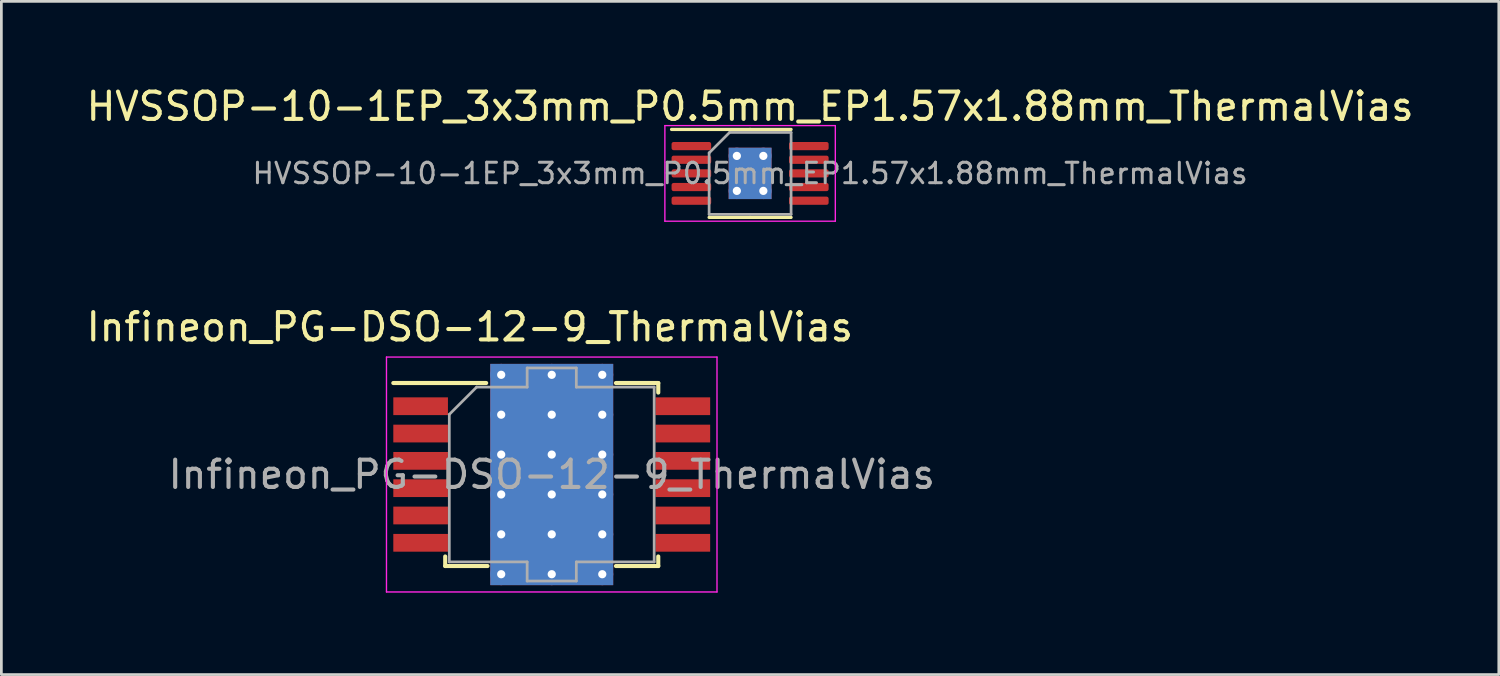
<source format=kicad_pcb>
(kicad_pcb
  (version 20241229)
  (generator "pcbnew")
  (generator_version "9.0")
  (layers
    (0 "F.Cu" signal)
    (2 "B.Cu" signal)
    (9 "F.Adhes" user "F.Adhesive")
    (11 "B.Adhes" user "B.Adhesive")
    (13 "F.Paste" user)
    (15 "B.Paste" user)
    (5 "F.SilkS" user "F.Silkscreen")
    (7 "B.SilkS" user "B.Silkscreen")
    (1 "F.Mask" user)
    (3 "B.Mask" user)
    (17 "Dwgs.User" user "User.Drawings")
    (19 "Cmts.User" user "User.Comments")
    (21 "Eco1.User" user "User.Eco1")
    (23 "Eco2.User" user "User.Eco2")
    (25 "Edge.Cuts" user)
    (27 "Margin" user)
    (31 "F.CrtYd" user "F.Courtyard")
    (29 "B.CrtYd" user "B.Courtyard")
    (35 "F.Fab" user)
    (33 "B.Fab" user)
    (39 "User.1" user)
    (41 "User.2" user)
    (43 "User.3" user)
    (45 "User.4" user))
  (footprint "HVSSOP-10-1EP_3x3mm_P0.5mm_EP1.57x1.88mm_ThermalVias"
    (layer "F.Cu")
    (at 24.411 3.298)
    (property "Reference" "HVSSOP-10-1EP_3x3mm_P0.5mm_EP1.57x1.88mm_ThermalVias" (at 0 -2.45 0) (layer "F.SilkS") (effects (font (size 1 1) (thickness 0.15))))
    (attr smd)
    (fp_line (start 0 -1.61) (end -2.875 -1.61) (stroke (width 0.12) (type solid)) (layer "F.SilkS"))
    (fp_line (start 0 -1.61) (end 1.5 -1.61) (stroke (width 0.12) (type solid)) (layer "F.SilkS"))
    (fp_line (start 0 1.61) (end -1.5 1.61) (stroke (width 0.12) (type solid)) (layer "F.SilkS"))
    (fp_line (start 0 1.61) (end 1.5 1.61) (stroke (width 0.12) (type solid)) (layer "F.SilkS"))
    (fp_line (start -3.12 -1.75) (end -3.12 1.75) (stroke (width 0.05) (type solid)) (layer "F.CrtYd"))
    (fp_line (start -3.12 1.75) (end 3.12 1.75) (stroke (width 0.05) (type solid)) (layer "F.CrtYd"))
    (fp_line (start 3.12 -1.75) (end -3.12 -1.75) (stroke (width 0.05) (type solid)) (layer "F.CrtYd"))
    (fp_line (start 3.12 1.75) (end 3.12 -1.75) (stroke (width 0.05) (type solid)) (layer "F.CrtYd"))
    (fp_line (start -1.5 -0.75) (end -0.75 -1.5) (stroke (width 0.1) (type solid)) (layer "F.Fab"))
    (fp_line (start -1.5 1.5) (end -1.5 -0.75) (stroke (width 0.1) (type solid)) (layer "F.Fab"))
    (fp_line (start -0.75 -1.5) (end 1.5 -1.5) (stroke (width 0.1) (type solid)) (layer "F.Fab"))
    (fp_line (start 1.5 -1.5) (end 1.5 1.5) (stroke (width 0.1) (type solid)) (layer "F.Fab"))
    (fp_line (start 1.5 1.5) (end -1.5 1.5) (stroke (width 0.1) (type solid)) (layer "F.Fab"))
    (fp_text user "${REFERENCE}" (at 0 0 0) (layer "F.Fab") (effects (font (size 0.75 0.75) (thickness 0.11))))
    (pad "" smd roundrect (at -0.39 -0.47) (size 0.63 0.76) (layers "F.Paste") (roundrect_rratio 0.25))
    (pad "" smd roundrect (at -0.39 0.47) (size 0.63 0.76) (layers "F.Paste") (roundrect_rratio 0.25))
    (pad "" smd roundrect (at 0.39 -0.47) (size 0.63 0.76) (layers "F.Paste") (roundrect_rratio 0.25))
    (pad "" smd roundrect (at 0.39 0.47) (size 0.63 0.76) (layers "F.Paste") (roundrect_rratio 0.25))
    (pad "1" smd roundrect (at -2.15 -1) (size 1.45 0.3) (layers "F.Cu" "F.Mask" "F.Paste") (roundrect_rratio 0.25))
    (pad "2" smd roundrect (at -2.15 -0.5) (size 1.45 0.3) (layers "F.Cu" "F.Mask" "F.Paste") (roundrect_rratio 0.25))
    (pad "3" smd roundrect (at -2.15 0) (size 1.45 0.3) (layers "F.Cu" "F.Mask" "F.Paste") (roundrect_rratio 0.25))
    (pad "4" smd roundrect (at -2.15 0.5) (size 1.45 0.3) (layers "F.Cu" "F.Mask" "F.Paste") (roundrect_rratio 0.25))
    (pad "5" smd roundrect (at -2.15 1) (size 1.45 0.3) (layers "F.Cu" "F.Mask" "F.Paste") (roundrect_rratio 0.25))
    (pad "6" smd roundrect (at 2.15 1) (size 1.45 0.3) (layers "F.Cu" "F.Mask" "F.Paste") (roundrect_rratio 0.25))
    (pad "7" smd roundrect (at 2.15 0.5) (size 1.45 0.3) (layers "F.Cu" "F.Mask" "F.Paste") (roundrect_rratio 0.25))
    (pad "8" smd roundrect (at 2.15 0) (size 1.45 0.3) (layers "F.Cu" "F.Mask" "F.Paste") (roundrect_rratio 0.25))
    (pad "9" smd roundrect (at 2.15 -0.5) (size 1.45 0.3) (layers "F.Cu" "F.Mask" "F.Paste") (roundrect_rratio 0.25))
    (pad "10" smd roundrect (at 2.15 -1) (size 1.45 0.3) (layers "F.Cu" "F.Mask" "F.Paste") (roundrect_rratio 0.25))
    (pad "11" thru_hole circle (at -0.485 -0.64) (size 0.6 0.6) (drill 0.3) (layers "*.Cu"))
    (pad "11" thru_hole circle (at -0.485 0.64) (size 0.6 0.6) (drill 0.3) (layers "*.Cu"))
    (pad "11" smd rect (at 0 0) (size 1.57 1.88) (layers "F.Cu" "F.Mask"))
    (pad "11" smd rect (at 0 0) (size 1.57 1.88) (layers "B.Cu"))
    (pad "11" thru_hole circle (at 0.485 -0.64) (size 0.6 0.6) (drill 0.3) (layers "*.Cu"))
    (pad "11" thru_hole circle (at 0.485 0.64) (size 0.6 0.6) (drill 0.3) (layers "*.Cu")))
  (footprint "Infineon_PG-DSO-12-9_ThermalVias"
    (layer "F.Cu")
    (at 17.149 14.322)
    (property "Reference" "Infineon_PG-DSO-12-9_ThermalVias" (at -3 -5.4 0) (layer "F.SilkS") (effects (font (size 1 1) (thickness 0.15))))
    (attr smd)
    (fp_line (start -5.8 -3.35) (end -2.4 -3.35) (stroke (width 0.15) (type solid)) (layer "F.SilkS"))
    (fp_line (start -3.9 3) (end -3.9 3.35) (stroke (width 0.15) (type solid)) (layer "F.SilkS"))
    (fp_line (start -3.9 3.35) (end -2.35 3.35) (stroke (width 0.15) (type solid)) (layer "F.SilkS"))
    (fp_line (start 3.9 -3.35) (end 2.35 -3.35) (stroke (width 0.15) (type solid)) (layer "F.SilkS"))
    (fp_line (start 3.9 -3) (end 3.9 -3.35) (stroke (width 0.15) (type solid)) (layer "F.SilkS"))
    (fp_line (start 3.9 3) (end 3.9 3.35) (stroke (width 0.15) (type solid)) (layer "F.SilkS"))
    (fp_line (start 3.9 3.35) (end 2.35 3.35) (stroke (width 0.15) (type solid)) (layer "F.SilkS"))
    (fp_line (start -6.05 -4.3) (end 6.05 -4.3) (stroke (width 0.05) (type solid)) (layer "F.CrtYd"))
    (fp_line (start -6.05 4.3) (end -6.05 -4.3) (stroke (width 0.05) (type solid)) (layer "F.CrtYd"))
    (fp_line (start 6.05 -4.3) (end 6.05 4.3) (stroke (width 0.05) (type solid)) (layer "F.CrtYd"))
    (fp_line (start 6.05 4.3) (end -6.05 4.3) (stroke (width 0.05) (type solid)) (layer "F.CrtYd"))
    (fp_line (start -3.75 3.2) (end -3.75 -2.2) (stroke (width 0.1) (type solid)) (layer "F.Fab"))
    (fp_line (start -2.75 -3.2) (end -3.75 -2.2) (stroke (width 0.1) (type solid)) (layer "F.Fab"))
    (fp_line (start -2.75 -3.2) (end -0.9 -3.2) (stroke (width 0.1) (type solid)) (layer "F.Fab"))
    (fp_line (start -0.9 -3.9) (end 0.9 -3.9) (stroke (width 0.1) (type solid)) (layer "F.Fab"))
    (fp_line (start -0.9 -3.2) (end -0.9 -3.9) (stroke (width 0.1) (type solid)) (layer "F.Fab"))
    (fp_line (start -0.9 3.2) (end -3.75 3.2) (stroke (width 0.1) (type solid)) (layer "F.Fab"))
    (fp_line (start -0.9 3.9) (end -0.9 3.2) (stroke (width 0.1) (type solid)) (layer "F.Fab"))
    (fp_line (start 0.9 -3.9) (end 0.9 -3.2) (stroke (width 0.1) (type solid)) (layer "F.Fab"))
    (fp_line (start 0.9 -3.2) (end 3.75 -3.2) (stroke (width 0.1) (type solid)) (layer "F.Fab"))
    (fp_line (start 0.9 3.2) (end 0.9 3.9) (stroke (width 0.1) (type solid)) (layer "F.Fab"))
    (fp_line (start 0.9 3.9) (end -0.9 3.9) (stroke (width 0.1) (type solid)) (layer "F.Fab"))
    (fp_line (start 3.75 -3.2) (end 3.75 3.2) (stroke (width 0.1) (type solid)) (layer "F.Fab"))
    (fp_line (start 3.75 3.2) (end 0.9 3.2) (stroke (width 0.1) (type solid)) (layer "F.Fab"))
    (fp_text user "${REFERENCE}" (at 0 0 0) (layer "F.Fab") (effects (font (size 1 1) (thickness 0.15))))
    (pad "" smd rect (at -0.925 -2.92) (size 1.55 1.16) (layers "F.Paste"))
    (pad "" smd rect (at -0.925 -1.46) (size 1.55 1.16) (layers "F.Paste"))
    (pad "" smd rect (at -0.925 0) (size 1.55 1.16) (layers "F.Paste"))
    (pad "" smd rect (at -0.925 1.46) (size 1.55 1.16) (layers "F.Paste"))
    (pad "" smd rect (at -0.925 2.92) (size 1.55 1.16) (layers "F.Paste"))
    (pad "" smd rect (at 0.925 -2.92) (size 1.55 1.16) (layers "F.Paste"))
    (pad "" smd rect (at 0.925 -1.46) (size 1.55 1.16) (layers "F.Paste"))
    (pad "" smd rect (at 0.925 0) (size 1.55 1.16) (layers "F.Paste"))
    (pad "" smd rect (at 0.925 1.46) (size 1.55 1.16) (layers "F.Paste"))
    (pad "" smd rect (at 0.925 2.92) (size 1.55 1.16) (layers "F.Paste"))
    (pad "1" smd rect (at -4.8 -2.5) (size 2 0.65) (layers "F.Cu" "F.Mask" "F.Paste"))
    (pad "2" smd rect (at -4.8 -1.5) (size 2 0.65) (layers "F.Cu" "F.Mask" "F.Paste"))
    (pad "3" smd rect (at -4.8 -0.5) (size 2 0.65) (layers "F.Cu" "F.Mask" "F.Paste"))
    (pad "4" smd rect (at -4.8 0.5) (size 2 0.65) (layers "F.Cu" "F.Mask" "F.Paste"))
    (pad "5" smd rect (at -4.8 1.5) (size 2 0.65) (layers "F.Cu" "F.Mask" "F.Paste"))
    (pad "6" smd rect (at -4.8 2.5) (size 2 0.65) (layers "F.Cu" "F.Mask" "F.Paste"))
    (pad "7" smd rect (at 4.8 2.5) (size 2 0.65) (layers "F.Cu" "F.Mask" "F.Paste"))
    (pad "8" smd rect (at 4.8 1.5) (size 2 0.65) (layers "F.Cu" "F.Mask" "F.Paste"))
    (pad "9" smd rect (at 4.8 0.5) (size 2 0.65) (layers "F.Cu" "F.Mask" "F.Paste"))
    (pad "10" smd rect (at 4.8 -0.5) (size 2 0.65) (layers "F.Cu" "F.Mask" "F.Paste"))
    (pad "11" smd rect (at 4.8 -1.5) (size 2 0.65) (layers "F.Cu" "F.Mask" "F.Paste"))
    (pad "12" smd rect (at 4.8 -2.5) (size 2 0.65) (layers "F.Cu" "F.Mask" "F.Paste"))
    (pad "13" thru_hole circle (at -1.85 -3.65) (size 0.8 0.8) (drill 0.3) (layers "*.Cu"))
    (pad "13" thru_hole circle (at -1.85 -2.19) (size 0.8 0.8) (drill 0.3) (layers "*.Cu"))
    (pad "13" thru_hole circle (at -1.85 -0.73) (size 0.8 0.8) (drill 0.3) (layers "*.Cu"))
    (pad "13" thru_hole circle (at -1.85 0.73) (size 0.8 0.8) (drill 0.3) (layers "*.Cu"))
    (pad "13" thru_hole circle (at -1.85 2.19) (size 0.8 0.8) (drill 0.3) (layers "*.Cu"))
    (pad "13" thru_hole circle (at -1.85 3.65) (size 0.8 0.8) (drill 0.3) (layers "*.Cu"))
    (pad "13" thru_hole circle (at 0 -3.65) (size 0.8 0.8) (drill 0.3) (layers "*.Cu"))
    (pad "13" thru_hole circle (at 0 -2.19) (size 0.8 0.8) (drill 0.3) (layers "*.Cu"))
    (pad "13" thru_hole circle (at 0 -0.73) (size 0.8 0.8) (drill 0.3) (layers "*.Cu"))
    (pad "13" smd rect (at 0 0) (size 4.5 8.1) (layers "F.Cu" "F.Mask"))
    (pad "13" smd rect (at 0 0) (size 4.5 8.1) (layers "B.Cu"))
    (pad "13" thru_hole circle (at 0 0.73) (size 0.8 0.8) (drill 0.3) (layers "*.Cu"))
    (pad "13" thru_hole circle (at 0 2.19) (size 0.8 0.8) (drill 0.3) (layers "*.Cu"))
    (pad "13" thru_hole circle (at 0 3.65) (size 0.8 0.8) (drill 0.3) (layers "*.Cu"))
    (pad "13" thru_hole circle (at 1.85 -3.65) (size 0.8 0.8) (drill 0.3) (layers "*.Cu"))
    (pad "13" thru_hole circle (at 1.85 -2.19) (size 0.8 0.8) (drill 0.3) (layers "*.Cu"))
    (pad "13" thru_hole circle (at 1.85 -0.73) (size 0.8 0.8) (drill 0.3) (layers "*.Cu"))
    (pad "13" thru_hole circle (at 1.85 0.73) (size 0.8 0.8) (drill 0.3) (layers "*.Cu"))
    (pad "13" thru_hole circle (at 1.85 2.19) (size 0.8 0.8) (drill 0.3) (layers "*.Cu"))
    (pad "13" thru_hole circle (at 1.85 3.65) (size 0.8 0.8) (drill 0.3) (layers "*.Cu")))
  (gr_rect
    (start -3 -3)
    (end 51.821 21.646)
    (stroke (width 0.1) (type default))
    (fill no)
    (layer "Edge.Cuts")))
</source>
